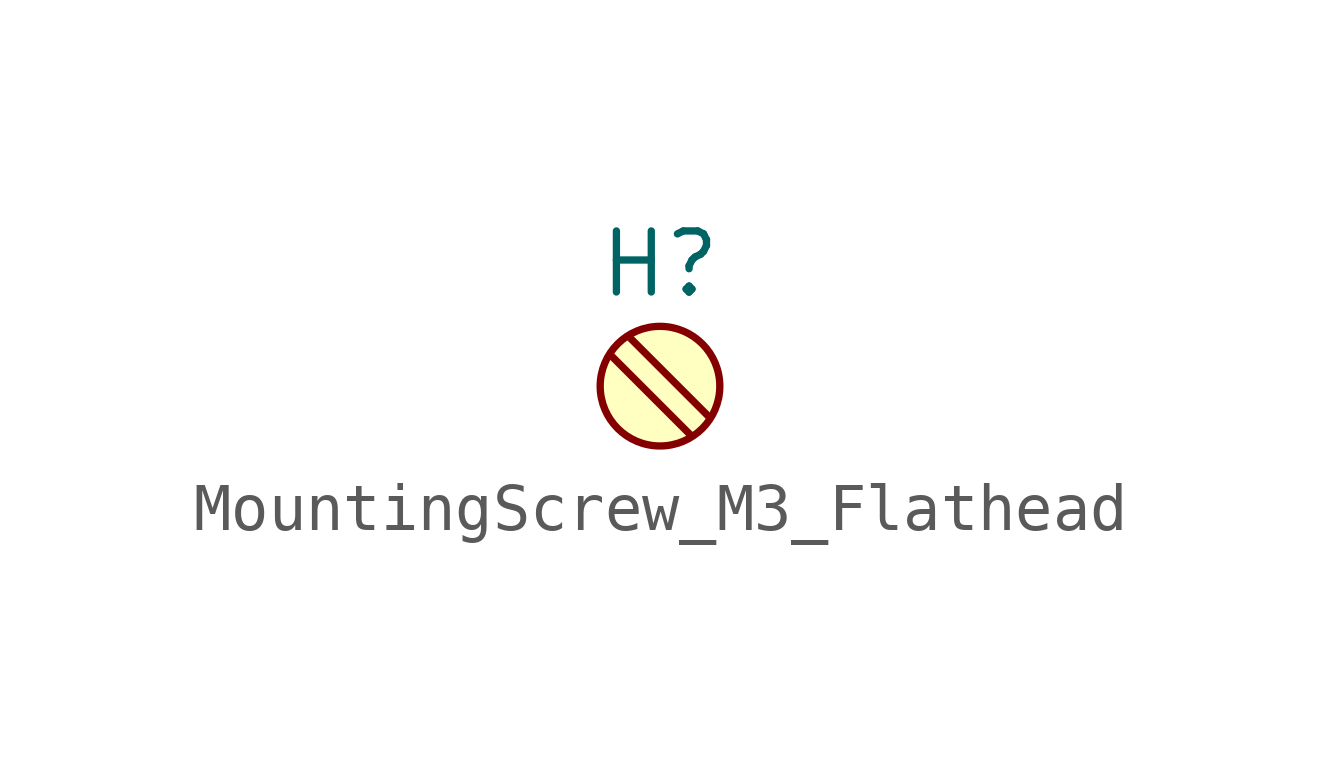
<source format=kicad_sym>
(kicad_symbol_lib
  (version 20211014)
  (generator kicad_symbol_editor)
  (symbol "MountingScrew_M3_Flathead"
    (pin_numbers hide)
    (pin_names
      (offset 0) hide)
    (property "Reference" "H"
      (at 0 2.54 0)
      (effects (font (size 1.27 1.27))))
    (symbol "MountingScrew_M3_Flathead_0_1"
      (polyline (pts (xy -1.016 0.635) (xy 0.635 -1.016)) (stroke (width 0) (type default) (color 0 0 0 0)) (fill (type none)))
      (polyline (pts (xy 1.016 -0.635) (xy -0.635 1.016)) (stroke (width 0) (type default) (color 0 0 0 0)) (fill (type none)))
      (circle (center 0 0) (radius 1.245) (stroke (width 0) (type default) (color 0 0 0 0)) (fill (type background))))))
</source>
